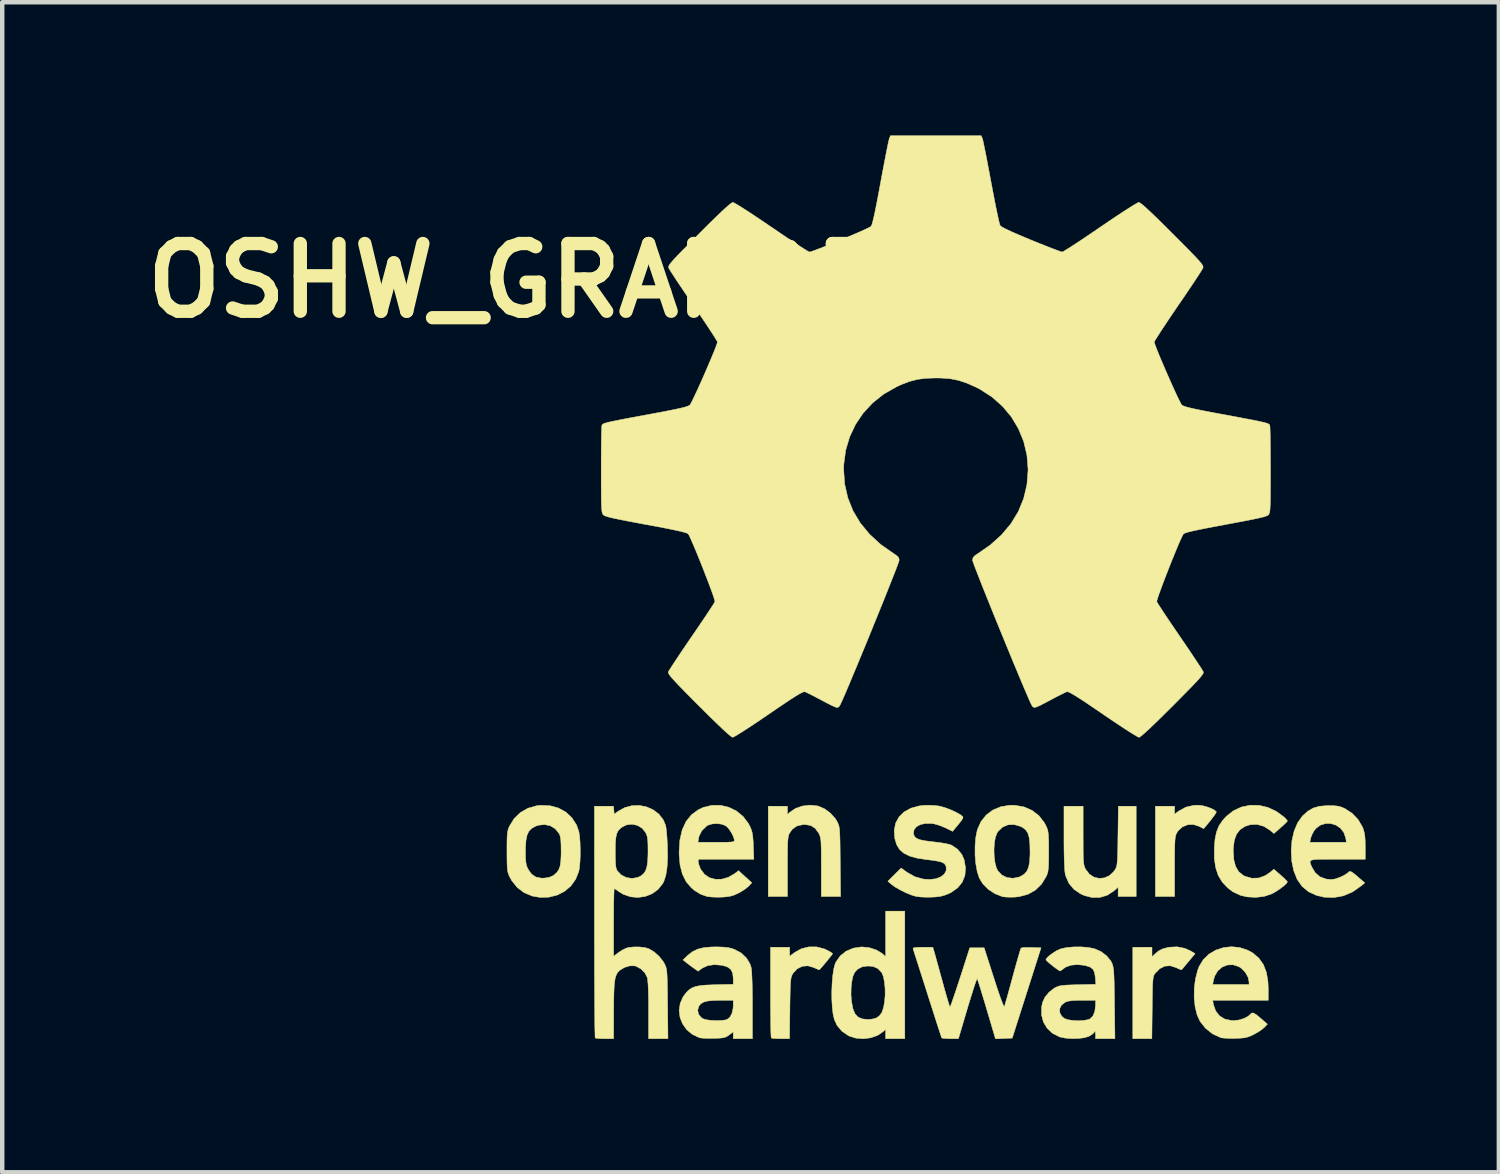
<source format=kicad_pcb>
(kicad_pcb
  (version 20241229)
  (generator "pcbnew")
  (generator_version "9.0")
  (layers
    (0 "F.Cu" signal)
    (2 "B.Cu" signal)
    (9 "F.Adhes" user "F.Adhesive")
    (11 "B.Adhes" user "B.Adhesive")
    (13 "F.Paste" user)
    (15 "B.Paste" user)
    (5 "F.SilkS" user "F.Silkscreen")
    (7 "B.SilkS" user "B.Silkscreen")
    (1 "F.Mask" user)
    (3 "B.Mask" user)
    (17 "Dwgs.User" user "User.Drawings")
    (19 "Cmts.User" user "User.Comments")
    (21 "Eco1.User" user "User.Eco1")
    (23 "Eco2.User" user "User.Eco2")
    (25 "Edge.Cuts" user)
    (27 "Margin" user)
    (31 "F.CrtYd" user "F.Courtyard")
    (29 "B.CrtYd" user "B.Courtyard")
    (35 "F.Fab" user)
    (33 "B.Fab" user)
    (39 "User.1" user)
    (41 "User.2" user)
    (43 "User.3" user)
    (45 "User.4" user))
  (footprint "OSHW_GRANDE"
    (layer "F.Cu")
    (at 17.998 10.165)
    (property "Reference" "OSHW_GRANDE" (at -9.5 -6.9 0) (layer "F.SilkS") (effects (font (size 1.524 1.524) (thickness 0.3))))
    (attr through_hole)
    (fp_poly (pts (xy 6.038 4.922) (xy 6.132 4.949) (xy 6.22 4.983) (xy 6.287 5.019) (xy 6.322 5.052) (xy 6.325 5.06) (xy 6.309 5.091) (xy 6.269 5.15) (xy 6.21 5.226) (xy 6.183 5.261) (xy 6.041 5.434) (xy 5.937 5.381) (xy 5.807 5.34) (xy 5.679 5.345) (xy 5.562 5.393) (xy 5.466 5.48) (xy 5.429 5.539) (xy 5.416 5.571) (xy 5.405 5.611) (xy 5.397 5.666) (xy 5.392 5.742) (xy 5.388 5.845) (xy 5.386 5.982) (xy 5.385 6.16) (xy 5.385 6.293) (xy 5.385 6.96) (xy 4.953 6.96) (xy 4.953 4.928) (xy 5.385 4.928) (xy 5.385 5.106) (xy 5.485 5.033) (xy 5.644 4.948) (xy 5.822 4.908) (xy 5.951 4.907) (xy 6.038 4.922)) (stroke (width 0.01) (type solid)) (fill yes) (layer "F.SilkS"))
    (fp_poly (pts (xy 5.617 8.127) (xy 5.75 8.188) (xy 5.847 8.246) (xy 5.7 8.422) (xy 5.634 8.501) (xy 5.582 8.564) (xy 5.55 8.602) (xy 5.545 8.609) (xy 5.52 8.604) (xy 5.464 8.582) (xy 5.42 8.561) (xy 5.289 8.519) (xy 5.166 8.527) (xy 5.051 8.585) (xy 4.945 8.692) (xy 4.942 8.697) (xy 4.926 8.72) (xy 4.914 8.748) (xy 4.905 8.786) (xy 4.898 8.841) (xy 4.892 8.918) (xy 4.888 9.025) (xy 4.886 9.167) (xy 4.883 9.35) (xy 4.882 9.463) (xy 4.874 10.16) (xy 4.445 10.16) (xy 4.445 8.103) (xy 4.877 8.103) (xy 4.877 8.315) (xy 4.947 8.25) (xy 5.028 8.184) (xy 5.112 8.141) (xy 5.221 8.11) (xy 5.263 8.102) (xy 5.441 8.092) (xy 5.617 8.127)) (stroke (width 0.01) (type solid)) (fill yes) (layer "F.SilkS"))
    (fp_poly (pts (xy 3.327 5.584) (xy 3.328 5.784) (xy 3.328 5.94) (xy 3.33 6.059) (xy 3.334 6.148) (xy 3.34 6.213) (xy 3.349 6.261) (xy 3.361 6.298) (xy 3.376 6.333) (xy 3.385 6.35) (xy 3.467 6.457) (xy 3.57 6.524) (xy 3.687 6.552) (xy 3.806 6.541) (xy 3.92 6.49) (xy 4.017 6.399) (xy 4.05 6.35) (xy 4.066 6.32) (xy 4.078 6.285) (xy 4.088 6.241) (xy 4.095 6.179) (xy 4.1 6.093) (xy 4.104 5.977) (xy 4.108 5.824) (xy 4.11 5.628) (xy 4.111 5.594) (xy 4.12 4.928) (xy 4.521 4.928) (xy 4.521 6.96) (xy 4.115 6.96) (xy 4.115 6.752) (xy 4.013 6.839) (xy 3.867 6.933) (xy 3.704 6.981) (xy 3.53 6.983) (xy 3.353 6.938) (xy 3.272 6.902) (xy 3.119 6.797) (xy 3.006 6.662) (xy 2.935 6.497) (xy 2.923 6.451) (xy 2.915 6.387) (xy 2.908 6.279) (xy 2.902 6.134) (xy 2.898 5.96) (xy 2.896 5.762) (xy 2.896 5.625) (xy 2.896 4.928) (xy 3.327 4.928) (xy 3.327 5.584)) (stroke (width 0.01) (type solid)) (fill yes) (layer "F.SilkS"))
    (fp_poly (pts (xy -2.671 8.094) (xy -2.5 8.138) (xy -2.445 8.163) (xy -2.374 8.201) (xy -2.325 8.231) (xy -2.311 8.245) (xy -2.326 8.27) (xy -2.366 8.322) (xy -2.42 8.39) (xy -2.481 8.464) (xy -2.539 8.532) (xy -2.585 8.584) (xy -2.611 8.61) (xy -2.613 8.611) (xy -2.641 8.6) (xy -2.699 8.575) (xy -2.735 8.558) (xy -2.865 8.52) (xy -2.991 8.53) (xy -3.104 8.585) (xy -3.197 8.683) (xy -3.22 8.721) (xy -3.233 8.751) (xy -3.244 8.792) (xy -3.253 8.848) (xy -3.259 8.927) (xy -3.264 9.035) (xy -3.267 9.178) (xy -3.271 9.362) (xy -3.272 9.481) (xy -3.28 10.16) (xy -3.477 10.16) (xy -3.573 10.158) (xy -3.648 10.153) (xy -3.689 10.145) (xy -3.691 10.143) (xy -3.695 10.115) (xy -3.699 10.041) (xy -3.702 9.928) (xy -3.704 9.78) (xy -3.706 9.604) (xy -3.708 9.404) (xy -3.708 9.187) (xy -3.708 9.114) (xy -3.708 8.103) (xy -3.277 8.103) (xy -3.277 8.305) (xy -3.162 8.218) (xy -3.013 8.135) (xy -2.846 8.094) (xy -2.671 8.094)) (stroke (width 0.01) (type solid)) (fill yes) (layer "F.SilkS"))
    (fp_poly (pts (xy -2.655 4.921) (xy -2.627 4.928) (xy -2.488 4.989) (xy -2.357 5.087) (xy -2.25 5.207) (xy -2.21 5.273) (xy -2.192 5.309) (xy -2.178 5.343) (xy -2.167 5.382) (xy -2.158 5.432) (xy -2.152 5.499) (xy -2.148 5.588) (xy -2.144 5.707) (xy -2.142 5.86) (xy -2.14 6.055) (xy -2.139 6.179) (xy -2.131 6.96) (xy -2.565 6.96) (xy -2.565 6.305) (xy -2.566 6.104) (xy -2.566 5.948) (xy -2.569 5.829) (xy -2.572 5.74) (xy -2.578 5.675) (xy -2.587 5.626) (xy -2.599 5.587) (xy -2.615 5.551) (xy -2.623 5.536) (xy -2.701 5.427) (xy -2.803 5.362) (xy -2.932 5.34) (xy -2.98 5.342) (xy -3.115 5.374) (xy -3.218 5.446) (xy -3.283 5.539) (xy -3.297 5.571) (xy -3.307 5.611) (xy -3.315 5.666) (xy -3.321 5.742) (xy -3.324 5.845) (xy -3.326 5.982) (xy -3.327 6.16) (xy -3.327 6.293) (xy -3.327 6.96) (xy -3.759 6.96) (xy -3.759 4.928) (xy -3.327 4.928) (xy -3.327 5.114) (xy -3.27 5.062) (xy -3.143 4.977) (xy -2.989 4.924) (xy -2.821 4.904) (xy -2.655 4.921)) (stroke (width 0.01) (type solid)) (fill yes) (layer "F.SilkS"))
    (fp_poly (pts (xy 7.285 4.909) (xy 7.484 4.955) (xy 7.675 5.044) (xy 7.852 5.175) (xy 7.855 5.178) (xy 7.9 5.224) (xy 7.924 5.256) (xy 7.925 5.26) (xy 7.907 5.284) (xy 7.859 5.332) (xy 7.792 5.393) (xy 7.773 5.41) (xy 7.62 5.542) (xy 7.538 5.472) (xy 7.395 5.381) (xy 7.243 5.338) (xy 7.088 5.344) (xy 6.97 5.382) (xy 6.859 5.455) (xy 6.779 5.558) (xy 6.729 5.696) (xy 6.707 5.873) (xy 6.706 5.944) (xy 6.719 6.135) (xy 6.759 6.286) (xy 6.828 6.401) (xy 6.928 6.483) (xy 6.97 6.505) (xy 7.124 6.549) (xy 7.279 6.544) (xy 7.429 6.489) (xy 7.537 6.415) (xy 7.619 6.346) (xy 7.772 6.479) (xy 7.844 6.543) (xy 7.897 6.596) (xy 7.924 6.628) (xy 7.925 6.631) (xy 7.905 6.664) (xy 7.852 6.714) (xy 7.777 6.773) (xy 7.691 6.832) (xy 7.605 6.883) (xy 7.57 6.901) (xy 7.403 6.957) (xy 7.214 6.98) (xy 7.02 6.969) (xy 6.867 6.934) (xy 6.694 6.852) (xy 6.58 6.765) (xy 6.456 6.632) (xy 6.366 6.482) (xy 6.309 6.307) (xy 6.28 6.103) (xy 6.279 5.866) (xy 6.296 5.666) (xy 6.33 5.505) (xy 6.385 5.369) (xy 6.467 5.248) (xy 6.551 5.155) (xy 6.712 5.029) (xy 6.892 4.946) (xy 7.086 4.906) (xy 7.285 4.909)) (stroke (width 0.01) (type solid)) (fill yes) (layer "F.SilkS"))
    (fp_poly (pts (xy -0.686 10.16) (xy -1.118 10.16) (xy -1.118 9.948) (xy -1.175 10.002) (xy -1.299 10.086) (xy -1.452 10.14) (xy -1.619 10.161) (xy -1.786 10.148) (xy -1.94 10.1) (xy -1.951 10.094) (xy -2.099 9.994) (xy -2.21 9.862) (xy -2.272 9.729) (xy -2.3 9.608) (xy -2.318 9.455) (xy -2.328 9.281) (xy -2.329 9.175) (xy -1.897 9.175) (xy -1.885 9.323) (xy -1.855 9.482) (xy -1.808 9.597) (xy -1.74 9.672) (xy -1.645 9.714) (xy -1.518 9.728) (xy -1.516 9.728) (xy -1.426 9.72) (xy -1.345 9.701) (xy -1.323 9.691) (xy -1.253 9.641) (xy -1.201 9.568) (xy -1.165 9.462) (xy -1.14 9.322) (xy -1.128 9.176) (xy -1.13 9.026) (xy -1.144 8.883) (xy -1.168 8.763) (xy -1.202 8.678) (xy -1.205 8.673) (xy -1.288 8.584) (xy -1.398 8.535) (xy -1.511 8.524) (xy -1.647 8.542) (xy -1.752 8.598) (xy -1.818 8.674) (xy -1.854 8.757) (xy -1.879 8.878) (xy -1.894 9.021) (xy -1.897 9.175) (xy -2.329 9.175) (xy -2.329 9.096) (xy -2.322 8.912) (xy -2.307 8.74) (xy -2.285 8.592) (xy -2.255 8.477) (xy -2.239 8.439) (xy -2.139 8.297) (xy -2.005 8.19) (xy -1.843 8.122) (xy -1.659 8.095) (xy -1.651 8.095) (xy -1.485 8.112) (xy -1.33 8.162) (xy -1.2 8.239) (xy -1.175 8.261) (xy -1.118 8.315) (xy -1.118 7.29) (xy -0.686 7.29) (xy -0.686 10.16)) (stroke (width 0.01) (type solid)) (fill yes) (layer "F.SilkS"))
    (fp_poly (pts (xy 6.852 8.109) (xy 7.031 8.168) (xy 7.142 8.229) (xy 7.281 8.347) (xy 7.384 8.492) (xy 7.452 8.668) (xy 7.487 8.88) (xy 7.493 9.03) (xy 7.493 9.296) (xy 6.243 9.296) (xy 6.26 9.392) (xy 6.31 9.535) (xy 6.395 9.645) (xy 6.514 9.718) (xy 6.662 9.751) (xy 6.711 9.753) (xy 6.831 9.74) (xy 6.947 9.705) (xy 7.042 9.655) (xy 7.083 9.618) (xy 7.111 9.59) (xy 7.14 9.579) (xy 7.178 9.591) (xy 7.233 9.627) (xy 7.312 9.692) (xy 7.381 9.752) (xy 7.474 9.833) (xy 7.401 9.909) (xy 7.34 9.96) (xy 7.252 10.017) (xy 7.164 10.066) (xy 7.081 10.105) (xy 7.01 10.129) (xy 6.934 10.143) (xy 6.836 10.15) (xy 6.744 10.153) (xy 6.629 10.153) (xy 6.526 10.149) (xy 6.451 10.142) (xy 6.426 10.137) (xy 6.239 10.051) (xy 6.079 9.923) (xy 5.959 9.771) (xy 5.891 9.622) (xy 5.847 9.441) (xy 5.826 9.238) (xy 5.828 9.025) (xy 5.839 8.941) (xy 6.243 8.941) (xy 7.061 8.941) (xy 7.061 8.883) (xy 7.04 8.78) (xy 6.982 8.675) (xy 6.9 8.585) (xy 6.833 8.539) (xy 6.701 8.497) (xy 6.573 8.501) (xy 6.457 8.548) (xy 6.359 8.631) (xy 6.289 8.748) (xy 6.26 8.846) (xy 6.243 8.941) (xy 5.839 8.941) (xy 5.855 8.815) (xy 5.905 8.62) (xy 5.938 8.534) (xy 6.032 8.38) (xy 6.159 8.257) (xy 6.313 8.166) (xy 6.485 8.11) (xy 6.667 8.09) (xy 6.852 8.109)) (stroke (width 0.01) (type solid)) (fill yes) (layer "F.SilkS"))
    (fp_poly (pts (xy 1.792 4.908) (xy 1.998 4.944) (xy 2.18 5.024) (xy 2.334 5.143) (xy 2.456 5.301) (xy 2.498 5.382) (xy 2.518 5.429) (xy 2.533 5.479) (xy 2.542 5.539) (xy 2.548 5.619) (xy 2.552 5.728) (xy 2.553 5.875) (xy 2.553 5.944) (xy 2.552 6.108) (xy 2.55 6.231) (xy 2.545 6.321) (xy 2.537 6.387) (xy 2.524 6.44) (xy 2.507 6.487) (xy 2.498 6.506) (xy 2.392 6.68) (xy 2.254 6.815) (xy 2.086 6.91) (xy 1.89 6.963) (xy 1.786 6.974) (xy 1.679 6.976) (xy 1.583 6.972) (xy 1.516 6.964) (xy 1.511 6.963) (xy 1.342 6.897) (xy 1.19 6.797) (xy 1.067 6.671) (xy 0.99 6.544) (xy 0.944 6.401) (xy 0.912 6.225) (xy 0.895 6.029) (xy 0.895 5.906) (xy 1.321 5.906) (xy 1.326 6.059) (xy 1.344 6.201) (xy 1.376 6.319) (xy 1.406 6.38) (xy 1.498 6.477) (xy 1.616 6.534) (xy 1.748 6.55) (xy 1.884 6.523) (xy 1.933 6.501) (xy 2.009 6.451) (xy 2.064 6.386) (xy 2.101 6.298) (xy 2.123 6.179) (xy 2.132 6.021) (xy 2.132 5.944) (xy 2.128 5.768) (xy 2.113 5.635) (xy 2.084 5.536) (xy 2.037 5.463) (xy 1.971 5.41) (xy 1.915 5.381) (xy 1.771 5.341) (xy 1.635 5.347) (xy 1.515 5.398) (xy 1.416 5.492) (xy 1.388 5.534) (xy 1.352 5.629) (xy 1.33 5.758) (xy 1.321 5.906) (xy 0.895 5.906) (xy 0.895 5.828) (xy 0.91 5.639) (xy 0.942 5.475) (xy 0.949 5.452) (xy 1.029 5.273) (xy 1.147 5.126) (xy 1.296 5.014) (xy 1.473 4.94) (xy 1.673 4.907) (xy 1.792 4.908)) (stroke (width 0.01) (type solid)) (fill yes) (layer "F.SilkS"))
    (fp_poly (pts (xy -4.832 4.908) (xy -4.646 4.952) (xy -4.475 5.036) (xy -4.326 5.158) (xy -4.207 5.314) (xy -4.17 5.385) (xy -4.14 5.456) (xy -4.12 5.527) (xy -4.107 5.612) (xy -4.098 5.724) (xy -4.094 5.823) (xy -4.083 6.121) (xy -5.334 6.121) (xy -5.334 6.18) (xy -5.323 6.236) (xy -5.294 6.314) (xy -5.277 6.35) (xy -5.194 6.461) (xy -5.084 6.536) (xy -4.953 6.572) (xy -4.81 6.571) (xy -4.662 6.53) (xy -4.519 6.448) (xy -4.508 6.44) (xy -4.428 6.379) (xy -4.278 6.515) (xy -4.128 6.65) (xy -4.203 6.73) (xy -4.267 6.784) (xy -4.357 6.843) (xy -4.438 6.888) (xy -4.53 6.929) (xy -4.614 6.954) (xy -4.711 6.968) (xy -4.819 6.975) (xy -4.934 6.976) (xy -5.041 6.971) (xy -5.123 6.962) (xy -5.138 6.959) (xy -5.283 6.908) (xy -5.415 6.826) (xy -5.49 6.763) (xy -5.607 6.626) (xy -5.691 6.457) (xy -5.744 6.251) (xy -5.765 6.008) (xy -5.765 5.952) (xy -5.751 5.74) (xy -5.341 5.74) (xy -4.931 5.74) (xy -4.778 5.74) (xy -4.668 5.738) (xy -4.595 5.734) (xy -4.551 5.728) (xy -4.529 5.717) (xy -4.522 5.702) (xy -4.521 5.695) (xy -4.537 5.627) (xy -4.578 5.541) (xy -4.632 5.455) (xy -4.69 5.388) (xy -4.707 5.374) (xy -4.795 5.335) (xy -4.907 5.319) (xy -5.022 5.327) (xy -5.12 5.357) (xy -5.146 5.374) (xy -5.254 5.479) (xy -5.315 5.599) (xy -5.325 5.646) (xy -5.341 5.74) (xy -5.751 5.74) (xy -5.748 5.689) (xy -5.696 5.462) (xy -5.609 5.273) (xy -5.487 5.121) (xy -5.331 5.007) (xy -5.218 4.954) (xy -5.025 4.908) (xy -4.832 4.908)) (stroke (width 0.01) (type solid)) (fill yes) (layer "F.SilkS"))
    (fp_poly (pts (xy -8.671 4.917) (xy -8.481 4.969) (xy -8.315 5.06) (xy -8.179 5.187) (xy -8.076 5.346) (xy -8.022 5.494) (xy -8.006 5.593) (xy -7.995 5.729) (xy -7.99 5.885) (xy -7.99 6.046) (xy -7.997 6.198) (xy -8.01 6.325) (xy -8.022 6.394) (xy -8.093 6.572) (xy -8.201 6.723) (xy -8.342 6.843) (xy -8.508 6.928) (xy -8.693 6.975) (xy -8.892 6.981) (xy -9.069 6.95) (xy -9.249 6.876) (xy -9.405 6.76) (xy -9.53 6.606) (xy -9.586 6.504) (xy -9.605 6.457) (xy -9.62 6.407) (xy -9.629 6.346) (xy -9.635 6.265) (xy -9.638 6.154) (xy -9.639 6.005) (xy -9.639 5.947) (xy -9.223 5.947) (xy -9.222 6.078) (xy -9.216 6.171) (xy -9.205 6.241) (xy -9.185 6.3) (xy -9.165 6.344) (xy -9.088 6.455) (xy -8.989 6.522) (xy -8.863 6.548) (xy -8.794 6.546) (xy -8.683 6.527) (xy -8.598 6.49) (xy -8.59 6.485) (xy -8.524 6.428) (xy -8.477 6.365) (xy -8.446 6.286) (xy -8.429 6.182) (xy -8.421 6.043) (xy -8.42 5.944) (xy -8.422 5.799) (xy -8.427 5.695) (xy -8.437 5.622) (xy -8.453 5.569) (xy -8.464 5.546) (xy -8.55 5.438) (xy -8.662 5.369) (xy -8.793 5.341) (xy -8.933 5.356) (xy -9.001 5.381) (xy -9.085 5.429) (xy -9.146 5.493) (xy -9.187 5.58) (xy -9.211 5.699) (xy -9.222 5.856) (xy -9.223 5.947) (xy -9.639 5.947) (xy -9.639 5.944) (xy -9.639 5.779) (xy -9.637 5.657) (xy -9.632 5.566) (xy -9.624 5.5) (xy -9.611 5.447) (xy -9.593 5.4) (xy -9.585 5.382) (xy -9.479 5.208) (xy -9.338 5.071) (xy -9.168 4.974) (xy -8.972 4.918) (xy -8.879 4.908) (xy -8.671 4.917)) (stroke (width 0.01) (type solid)) (fill yes) (layer "F.SilkS"))
    (fp_poly (pts (xy 8.971 4.917) (xy 9.057 4.926) (xy 9.13 4.944) (xy 9.206 4.977) (xy 9.226 4.986) (xy 9.384 5.091) (xy 9.517 5.231) (xy 9.613 5.395) (xy 9.626 5.426) (xy 9.651 5.509) (xy 9.667 5.599) (xy 9.675 5.713) (xy 9.677 5.843) (xy 9.677 6.121) (xy 9.055 6.121) (xy 8.855 6.121) (xy 8.701 6.122) (xy 8.588 6.125) (xy 8.509 6.132) (xy 8.461 6.145) (xy 8.438 6.164) (xy 8.434 6.192) (xy 8.446 6.23) (xy 8.466 6.28) (xy 8.472 6.294) (xy 8.551 6.426) (xy 8.659 6.518) (xy 8.797 6.568) (xy 8.915 6.578) (xy 8.996 6.566) (xy 9.094 6.533) (xy 9.191 6.489) (xy 9.267 6.442) (xy 9.293 6.418) (xy 9.315 6.399) (xy 9.342 6.396) (xy 9.381 6.415) (xy 9.44 6.459) (xy 9.526 6.532) (xy 9.563 6.564) (xy 9.665 6.653) (xy 9.588 6.718) (xy 9.394 6.855) (xy 9.187 6.944) (xy 8.969 6.984) (xy 8.747 6.975) (xy 8.578 6.935) (xy 8.401 6.854) (xy 8.256 6.734) (xy 8.144 6.575) (xy 8.066 6.378) (xy 8.023 6.169) (xy 8.009 5.928) (xy 8.024 5.74) (xy 8.429 5.74) (xy 9.252 5.74) (xy 9.237 5.646) (xy 9.195 5.521) (xy 9.119 5.423) (xy 9.019 5.355) (xy 8.905 5.319) (xy 8.786 5.317) (xy 8.671 5.351) (xy 8.571 5.423) (xy 8.522 5.484) (xy 8.479 5.564) (xy 8.449 5.644) (xy 8.446 5.658) (xy 8.429 5.74) (xy 8.024 5.74) (xy 8.027 5.698) (xy 8.076 5.487) (xy 8.154 5.303) (xy 8.258 5.155) (xy 8.27 5.142) (xy 8.387 5.038) (xy 8.506 4.969) (xy 8.642 4.93) (xy 8.808 4.916) (xy 8.852 4.915) (xy 8.971 4.917)) (stroke (width 0.01) (type solid)) (fill yes) (layer "F.SilkS"))
    (fp_poly (pts (xy -4.785 8.098) (xy -4.678 8.108) (xy -4.588 8.127) (xy -4.516 8.152) (xy -4.369 8.231) (xy -4.25 8.343) (xy -4.169 8.477) (xy -4.142 8.563) (xy -4.134 8.625) (xy -4.128 8.731) (xy -4.122 8.874) (xy -4.118 9.048) (xy -4.115 9.245) (xy -4.115 9.425) (xy -4.115 10.16) (xy -4.547 10.16) (xy -4.547 10.005) (xy -4.639 10.076) (xy -4.686 10.108) (xy -4.731 10.129) (xy -4.789 10.142) (xy -4.871 10.149) (xy -4.988 10.152) (xy -5.105 10.153) (xy -5.208 10.15) (xy -5.283 10.143) (xy -5.309 10.138) (xy -5.468 10.063) (xy -5.595 9.956) (xy -5.688 9.825) (xy -5.745 9.679) (xy -5.763 9.523) (xy -5.763 9.518) (xy -5.347 9.518) (xy -5.329 9.607) (xy -5.271 9.682) (xy -5.225 9.712) (xy -5.151 9.734) (xy -5.045 9.748) (xy -4.925 9.753) (xy -4.809 9.75) (xy -4.715 9.737) (xy -4.687 9.728) (xy -4.623 9.679) (xy -4.575 9.59) (xy -4.55 9.474) (xy -4.547 9.412) (xy -4.547 9.296) (xy -4.831 9.296) (xy -4.997 9.3) (xy -5.121 9.312) (xy -5.21 9.335) (xy -5.272 9.371) (xy -5.316 9.421) (xy -5.32 9.428) (xy -5.347 9.518) (xy -5.763 9.518) (xy -5.741 9.367) (xy -5.676 9.218) (xy -5.604 9.122) (xy -5.544 9.063) (xy -5.479 9.019) (xy -5.401 8.988) (xy -5.301 8.967) (xy -5.17 8.954) (xy -5 8.947) (xy -4.947 8.945) (xy -4.547 8.936) (xy -4.547 8.8) (xy -4.56 8.681) (xy -4.604 8.597) (xy -4.685 8.541) (xy -4.801 8.508) (xy -4.971 8.494) (xy -5.122 8.515) (xy -5.244 8.572) (xy -5.253 8.578) (xy -5.337 8.641) (xy -5.431 8.575) (xy -5.51 8.518) (xy -5.587 8.459) (xy -5.601 8.448) (xy -5.677 8.387) (xy -5.571 8.285) (xy -5.467 8.203) (xy -5.35 8.146) (xy -5.21 8.111) (xy -5.037 8.096) (xy -4.928 8.094) (xy -4.785 8.098)) (stroke (width 0.01) (type solid)) (fill yes) (layer "F.SilkS"))
    (fp_poly (pts (xy -0.006 4.913) (xy 0.088 4.925) (xy 0.201 4.955) (xy 0.329 5.001) (xy 0.453 5.057) (xy 0.556 5.114) (xy 0.594 5.141) (xy 0.615 5.16) (xy 0.624 5.178) (xy 0.617 5.205) (xy 0.59 5.247) (xy 0.539 5.313) (xy 0.459 5.41) (xy 0.451 5.42) (xy 0.39 5.494) (xy 0.225 5.413) (xy 0.096 5.36) (xy -0.032 5.324) (xy -0.084 5.316) (xy -0.222 5.316) (xy -0.337 5.342) (xy -0.425 5.391) (xy -0.478 5.458) (xy -0.491 5.538) (xy -0.481 5.58) (xy -0.456 5.623) (xy -0.413 5.656) (xy -0.345 5.683) (xy -0.244 5.704) (xy -0.103 5.723) (xy -0.032 5.731) (xy 0.097 5.747) (xy 0.215 5.766) (xy 0.31 5.786) (xy 0.364 5.804) (xy 0.498 5.893) (xy 0.598 6.015) (xy 0.648 6.129) (xy 0.681 6.316) (xy 0.667 6.486) (xy 0.607 6.637) (xy 0.503 6.766) (xy 0.354 6.87) (xy 0.301 6.896) (xy 0.204 6.934) (xy 0.112 6.958) (xy 0.003 6.97) (xy -0.088 6.975) (xy -0.207 6.976) (xy -0.321 6.971) (xy -0.411 6.962) (xy -0.43 6.959) (xy -0.536 6.927) (xy -0.663 6.875) (xy -0.793 6.81) (xy -0.909 6.743) (xy -0.985 6.688) (xy -1.068 6.617) (xy -0.918 6.468) (xy -0.769 6.32) (xy -0.638 6.414) (xy -0.46 6.515) (xy -0.272 6.568) (xy -0.129 6.577) (xy 0.008 6.562) (xy 0.121 6.52) (xy 0.202 6.457) (xy 0.245 6.379) (xy 0.245 6.292) (xy 0.226 6.246) (xy 0.192 6.211) (xy 0.134 6.184) (xy 0.045 6.163) (xy -0.082 6.143) (xy -0.188 6.131) (xy -0.404 6.098) (xy -0.576 6.051) (xy -0.708 5.986) (xy -0.805 5.901) (xy -0.871 5.791) (xy -0.911 5.654) (xy -0.912 5.651) (xy -0.924 5.469) (xy -0.892 5.308) (xy -0.816 5.169) (xy -0.702 5.057) (xy -0.55 4.973) (xy -0.364 4.922) (xy -0.254 4.909) (xy -0.133 4.907) (xy -0.006 4.913)) (stroke (width 0.01) (type solid)) (fill yes) (layer "F.SilkS"))
    (fp_poly (pts (xy -0.017 8.231) (xy 0.001 8.294) (xy 0.029 8.396) (xy 0.066 8.529) (xy 0.108 8.683) (xy 0.154 8.848) (xy 0.169 8.904) (xy 0.212 9.062) (xy 0.252 9.201) (xy 0.286 9.316) (xy 0.312 9.399) (xy 0.327 9.443) (xy 0.331 9.449) (xy 0.342 9.426) (xy 0.367 9.36) (xy 0.402 9.259) (xy 0.447 9.127) (xy 0.498 8.972) (xy 0.555 8.8) (xy 0.561 8.782) (xy 0.776 8.115) (xy 1.1 8.115) (xy 1.318 8.794) (xy 1.374 8.968) (xy 1.426 9.124) (xy 1.472 9.254) (xy 1.51 9.355) (xy 1.537 9.42) (xy 1.551 9.443) (xy 1.552 9.442) (xy 1.563 9.41) (xy 1.585 9.336) (xy 1.617 9.226) (xy 1.655 9.088) (xy 1.699 8.928) (xy 1.74 8.776) (xy 1.787 8.604) (xy 1.831 8.448) (xy 1.869 8.315) (xy 1.899 8.211) (xy 1.92 8.144) (xy 1.93 8.121) (xy 1.962 8.112) (xy 2.032 8.107) (xy 2.126 8.107) (xy 2.164 8.108) (xy 2.38 8.115) (xy 2.056 9.131) (xy 1.732 10.147) (xy 1.543 10.155) (xy 1.354 10.162) (xy 1.156 9.494) (xy 1.104 9.318) (xy 1.055 9.159) (xy 1.013 9.021) (xy 0.979 8.913) (xy 0.955 8.84) (xy 0.943 8.809) (xy 0.943 8.809) (xy 0.932 8.828) (xy 0.909 8.889) (xy 0.875 8.987) (xy 0.834 9.117) (xy 0.786 9.271) (xy 0.733 9.444) (xy 0.724 9.475) (xy 0.521 10.16) (xy 0.338 10.16) (xy 0.247 10.157) (xy 0.178 10.151) (xy 0.145 10.142) (xy 0.144 10.141) (xy 0.134 10.113) (xy 0.111 10.043) (xy 0.075 9.934) (xy 0.029 9.792) (xy -0.025 9.623) (xy -0.086 9.432) (xy -0.153 9.224) (xy -0.178 9.144) (xy -0.246 8.93) (xy -0.31 8.731) (xy -0.367 8.552) (xy -0.416 8.398) (xy -0.456 8.274) (xy -0.484 8.186) (xy -0.499 8.14) (xy -0.501 8.134) (xy -0.494 8.119) (xy -0.454 8.109) (xy -0.375 8.104) (xy -0.284 8.103) (xy -0.055 8.103) (xy -0.017 8.231)) (stroke (width 0.01) (type solid)) (fill yes) (layer "F.SilkS"))
    (fp_poly (pts (xy 3.443 8.107) (xy 3.579 8.134) (xy 3.582 8.135) (xy 3.728 8.199) (xy 3.855 8.295) (xy 3.95 8.41) (xy 3.977 8.464) (xy 3.991 8.5) (xy 4.001 8.543) (xy 4.01 8.599) (xy 4.017 8.673) (xy 4.022 8.773) (xy 4.026 8.903) (xy 4.029 9.071) (xy 4.032 9.281) (xy 4.033 9.366) (xy 4.043 10.16) (xy 3.607 10.16) (xy 3.606 10.065) (xy 3.603 10.007) (xy 3.595 9.994) (xy 3.578 10.016) (xy 3.539 10.055) (xy 3.473 10.098) (xy 3.445 10.111) (xy 3.346 10.14) (xy 3.214 10.156) (xy 3.07 10.158) (xy 2.929 10.147) (xy 2.81 10.123) (xy 2.795 10.118) (xy 2.639 10.039) (xy 2.518 9.926) (xy 2.434 9.786) (xy 2.391 9.625) (xy 2.392 9.486) (xy 2.8 9.486) (xy 2.802 9.574) (xy 2.845 9.655) (xy 2.903 9.703) (xy 2.981 9.732) (xy 3.092 9.75) (xy 3.217 9.756) (xy 3.338 9.75) (xy 3.44 9.731) (xy 3.48 9.715) (xy 3.546 9.653) (xy 3.589 9.55) (xy 3.606 9.412) (xy 3.607 9.392) (xy 3.607 9.296) (xy 3.308 9.296) (xy 3.165 9.298) (xy 3.062 9.305) (xy 2.987 9.317) (xy 2.931 9.336) (xy 2.921 9.341) (xy 2.84 9.405) (xy 2.8 9.486) (xy 2.392 9.486) (xy 2.392 9.448) (xy 2.415 9.34) (xy 2.469 9.225) (xy 2.56 9.115) (xy 2.675 9.025) (xy 2.703 9.01) (xy 2.748 8.988) (xy 2.798 8.972) (xy 2.861 8.962) (xy 2.948 8.954) (xy 3.068 8.949) (xy 3.21 8.945) (xy 3.613 8.936) (xy 3.602 8.785) (xy 3.584 8.67) (xy 3.545 8.593) (xy 3.475 8.543) (xy 3.365 8.511) (xy 3.353 8.508) (xy 3.195 8.493) (xy 3.053 8.506) (xy 2.938 8.547) (xy 2.897 8.575) (xy 2.846 8.615) (xy 2.811 8.635) (xy 2.807 8.636) (xy 2.778 8.621) (xy 2.723 8.583) (xy 2.655 8.532) (xy 2.586 8.476) (xy 2.528 8.426) (xy 2.494 8.392) (xy 2.489 8.383) (xy 2.51 8.345) (xy 2.564 8.293) (xy 2.64 8.237) (xy 2.724 8.184) (xy 2.805 8.146) (xy 2.822 8.139) (xy 2.951 8.11) (xy 3.11 8.095) (xy 3.281 8.094) (xy 3.443 8.107)) (stroke (width 0.01) (type solid)) (fill yes) (layer "F.SilkS"))
    (fp_poly (pts (xy -6.496 4.943) (xy -6.347 5.01) (xy -6.22 5.107) (xy -6.121 5.235) (xy -6.069 5.357) (xy -6.059 5.415) (xy -6.048 5.512) (xy -6.038 5.636) (xy -6.03 5.774) (xy -6.028 5.817) (xy -6.024 6.082) (xy -6.036 6.301) (xy -6.063 6.479) (xy -6.107 6.617) (xy -6.134 6.67) (xy -6.239 6.801) (xy -6.373 6.898) (xy -6.528 6.959) (xy -6.694 6.982) (xy -6.862 6.966) (xy -7.023 6.91) (xy -7.128 6.845) (xy -7.183 6.805) (xy -7.219 6.783) (xy -7.225 6.782) (xy -7.228 6.806) (xy -7.231 6.875) (xy -7.234 6.982) (xy -7.237 7.122) (xy -7.238 7.287) (xy -7.239 7.473) (xy -7.239 7.544) (xy -7.239 8.305) (xy -7.124 8.218) (xy -7.041 8.164) (xy -6.955 8.123) (xy -6.915 8.11) (xy -6.787 8.095) (xy -6.65 8.096) (xy -6.524 8.112) (xy -6.448 8.135) (xy -6.327 8.207) (xy -6.211 8.311) (xy -6.117 8.432) (xy -6.091 8.479) (xy -6.075 8.514) (xy -6.061 8.55) (xy -6.051 8.591) (xy -6.043 8.645) (xy -6.037 8.718) (xy -6.033 8.815) (xy -6.03 8.943) (xy -6.027 9.108) (xy -6.025 9.315) (xy -6.024 9.379) (xy -6.016 10.16) (xy -6.452 10.16) (xy -6.452 9.522) (xy -6.453 9.282) (xy -6.457 9.086) (xy -6.464 8.935) (xy -6.473 8.831) (xy -6.481 8.784) (xy -6.536 8.678) (xy -6.625 8.589) (xy -6.732 8.53) (xy -6.772 8.52) (xy -6.877 8.521) (xy -6.991 8.555) (xy -7.092 8.614) (xy -7.144 8.665) (xy -7.171 8.708) (xy -7.193 8.761) (xy -7.209 8.83) (xy -7.221 8.92) (xy -7.229 9.038) (xy -7.234 9.19) (xy -7.237 9.383) (xy -7.238 9.557) (xy -7.239 10.16) (xy -7.438 10.16) (xy -7.534 10.158) (xy -7.61 10.153) (xy -7.651 10.145) (xy -7.654 10.143) (xy -7.656 10.116) (xy -7.658 10.041) (xy -7.661 9.923) (xy -7.663 9.763) (xy -7.664 9.567) (xy -7.666 9.336) (xy -7.667 9.076) (xy -7.669 8.788) (xy -7.67 8.476) (xy -7.67 8.144) (xy -7.671 7.796) (xy -7.671 7.527) (xy -7.671 5.957) (xy -7.201 5.957) (xy -7.2 6.105) (xy -7.196 6.212) (xy -7.189 6.286) (xy -7.178 6.337) (xy -7.161 6.375) (xy -7.155 6.384) (xy -7.066 6.476) (xy -6.952 6.534) (xy -6.824 6.553) (xy -6.698 6.532) (xy -6.634 6.502) (xy -6.57 6.453) (xy -6.524 6.39) (xy -6.493 6.306) (xy -6.474 6.192) (xy -6.466 6.039) (xy -6.465 5.944) (xy -6.466 5.804) (xy -6.47 5.704) (xy -6.479 5.631) (xy -6.494 5.576) (xy -6.517 5.525) (xy -6.517 5.524) (xy -6.594 5.426) (xy -6.699 5.361) (xy -6.82 5.334) (xy -6.943 5.347) (xy -7.038 5.392) (xy -7.098 5.437) (xy -7.141 5.487) (xy -7.17 5.55) (xy -7.188 5.635) (xy -7.198 5.751) (xy -7.201 5.906) (xy -7.201 5.957) (xy -7.671 5.957) (xy -7.671 4.928) (xy -7.242 4.928) (xy -7.234 5.018) (xy -7.226 5.108) (xy -7.14 5.044) (xy -6.988 4.959) (xy -6.825 4.916) (xy -6.658 4.911) (xy -6.496 4.943)) (stroke (width 0.01) (type solid)) (fill yes) (layer "F.SilkS"))
    (fp_poly (pts (xy 1.062 -10.09) (xy 1.073 -10.05) (xy 1.091 -9.965) (xy 1.116 -9.843) (xy 1.147 -9.689) (xy 1.181 -9.51) (xy 1.219 -9.311) (xy 1.257 -9.106) (xy 1.297 -8.895) (xy 1.335 -8.698) (xy 1.37 -8.522) (xy 1.402 -8.371) (xy 1.428 -8.253) (xy 1.448 -8.174) (xy 1.46 -8.138) (xy 1.498 -8.109) (xy 1.583 -8.063) (xy 1.716 -8.001) (xy 1.897 -7.922) (xy 2.126 -7.826) (xy 2.154 -7.814) (xy 2.327 -7.744) (xy 2.487 -7.68) (xy 2.625 -7.626) (xy 2.737 -7.584) (xy 2.815 -7.555) (xy 2.854 -7.544) (xy 2.856 -7.544) (xy 2.886 -7.558) (xy 2.952 -7.598) (xy 3.051 -7.66) (xy 3.177 -7.742) (xy 3.326 -7.841) (xy 3.492 -7.953) (xy 3.672 -8.075) (xy 3.712 -8.103) (xy 3.896 -8.228) (xy 4.067 -8.343) (xy 4.222 -8.445) (xy 4.356 -8.531) (xy 4.463 -8.598) (xy 4.539 -8.642) (xy 4.578 -8.661) (xy 4.581 -8.661) (xy 4.611 -8.647) (xy 4.667 -8.604) (xy 4.751 -8.53) (xy 4.865 -8.424) (xy 5.009 -8.285) (xy 5.185 -8.111) (xy 5.342 -7.954) (xy 5.52 -7.776) (xy 5.665 -7.63) (xy 5.78 -7.512) (xy 5.869 -7.42) (xy 5.934 -7.349) (xy 5.98 -7.295) (xy 6.008 -7.256) (xy 6.023 -7.227) (xy 6.027 -7.205) (xy 6.024 -7.187) (xy 6.022 -7.182) (xy 6.002 -7.146) (xy 5.957 -7.074) (xy 5.89 -6.97) (xy 5.804 -6.84) (xy 5.702 -6.688) (xy 5.589 -6.521) (xy 5.466 -6.342) (xy 5.462 -6.336) (xy 5.341 -6.158) (xy 5.23 -5.993) (xy 5.131 -5.844) (xy 5.048 -5.718) (xy 4.985 -5.618) (xy 4.943 -5.551) (xy 4.928 -5.52) (xy 4.928 -5.519) (xy 4.938 -5.48) (xy 4.966 -5.402) (xy 5.009 -5.293) (xy 5.064 -5.159) (xy 5.128 -5.01) (xy 5.196 -4.851) (xy 5.267 -4.69) (xy 5.336 -4.535) (xy 5.401 -4.392) (xy 5.458 -4.27) (xy 5.505 -4.176) (xy 5.537 -4.117) (xy 5.548 -4.101) (xy 5.573 -4.085) (xy 5.616 -4.068) (xy 5.683 -4.048) (xy 5.777 -4.025) (xy 5.903 -3.998) (xy 6.067 -3.965) (xy 6.272 -3.926) (xy 6.466 -3.89) (xy 6.721 -3.843) (xy 6.931 -3.803) (xy 7.101 -3.771) (xy 7.234 -3.745) (xy 7.335 -3.723) (xy 7.409 -3.706) (xy 7.46 -3.691) (xy 7.493 -3.678) (xy 7.513 -3.666) (xy 7.524 -3.653) (xy 7.528 -3.643) (xy 7.532 -3.609) (xy 7.535 -3.53) (xy 7.538 -3.412) (xy 7.54 -3.261) (xy 7.542 -3.083) (xy 7.543 -2.883) (xy 7.544 -2.667) (xy 7.544 -2.642) (xy 7.544 -2.394) (xy 7.543 -2.192) (xy 7.542 -2.031) (xy 7.54 -1.906) (xy 7.536 -1.811) (xy 7.532 -1.743) (xy 7.525 -1.695) (xy 7.517 -1.663) (xy 7.507 -1.642) (xy 7.499 -1.631) (xy 7.48 -1.616) (xy 7.443 -1.6) (xy 7.386 -1.582) (xy 7.303 -1.562) (xy 7.19 -1.537) (xy 7.042 -1.507) (xy 6.854 -1.471) (xy 6.623 -1.428) (xy 6.541 -1.412) (xy 6.283 -1.364) (xy 6.071 -1.324) (xy 5.902 -1.289) (xy 5.773 -1.261) (xy 5.68 -1.238) (xy 5.62 -1.218) (xy 5.589 -1.203) (xy 5.586 -1.2) (xy 5.564 -1.163) (xy 5.528 -1.087) (xy 5.48 -0.979) (xy 5.424 -0.846) (xy 5.362 -0.694) (xy 5.296 -0.532) (xy 5.231 -0.365) (xy 5.167 -0.202) (xy 5.109 -0.048) (xy 5.059 0.088) (xy 5.019 0.199) (xy 4.994 0.28) (xy 4.984 0.321) (xy 4.984 0.324) (xy 5.001 0.355) (xy 5.043 0.422) (xy 5.108 0.521) (xy 5.191 0.647) (xy 5.29 0.794) (xy 5.401 0.957) (xy 5.506 1.111) (xy 5.625 1.285) (xy 5.735 1.448) (xy 5.833 1.594) (xy 5.915 1.718) (xy 5.979 1.815) (xy 6.019 1.881) (xy 6.033 1.907) (xy 6.033 1.926) (xy 6.021 1.953) (xy 5.993 1.992) (xy 5.948 2.047) (xy 5.881 2.121) (xy 5.79 2.217) (xy 5.672 2.338) (xy 5.524 2.488) (xy 5.344 2.67) (xy 5.138 2.874) (xy 4.964 3.045) (xy 4.821 3.181) (xy 4.711 3.282) (xy 4.634 3.348) (xy 4.591 3.377) (xy 4.585 3.378) (xy 4.553 3.364) (xy 4.484 3.324) (xy 4.383 3.262) (xy 4.256 3.18) (xy 4.108 3.083) (xy 3.943 2.972) (xy 3.774 2.857) (xy 3.564 2.714) (xy 3.393 2.598) (xy 3.255 2.507) (xy 3.148 2.44) (xy 3.069 2.393) (xy 3.013 2.364) (xy 2.977 2.352) (xy 2.961 2.352) (xy 2.92 2.37) (xy 2.844 2.407) (xy 2.743 2.458) (xy 2.629 2.518) (xy 2.607 2.53) (xy 2.467 2.604) (xy 2.366 2.656) (xy 2.294 2.689) (xy 2.247 2.704) (xy 2.216 2.703) (xy 2.195 2.69) (xy 2.176 2.665) (xy 2.174 2.662) (xy 2.154 2.622) (xy 2.116 2.54) (xy 2.065 2.421) (xy 2 2.271) (xy 1.925 2.093) (xy 1.842 1.893) (xy 1.751 1.676) (xy 1.656 1.445) (xy 1.558 1.206) (xy 1.459 0.964) (xy 1.36 0.723) (xy 1.265 0.488) (xy 1.175 0.264) (xy 1.091 0.055) (xy 1.016 -0.134) (xy 0.952 -0.298) (xy 0.9 -0.432) (xy 0.863 -0.531) (xy 0.842 -0.592) (xy 0.838 -0.608) (xy 0.849 -0.664) (xy 0.889 -0.71) (xy 0.933 -0.739) (xy 1.234 -0.947) (xy 1.49 -1.177) (xy 1.702 -1.429) (xy 1.868 -1.702) (xy 1.988 -1.994) (xy 2.062 -2.304) (xy 2.088 -2.632) (xy 2.088 -2.654) (xy 2.062 -2.975) (xy 1.989 -3.281) (xy 1.871 -3.568) (xy 1.712 -3.834) (xy 1.512 -4.073) (xy 1.276 -4.282) (xy 1.005 -4.456) (xy 0.905 -4.507) (xy 0.705 -4.595) (xy 0.523 -4.655) (xy 0.342 -4.691) (xy 0.142 -4.707) (xy 0.013 -4.709) (xy -0.207 -4.702) (xy -0.397 -4.678) (xy -0.576 -4.632) (xy -0.763 -4.561) (xy -0.879 -4.507) (xy -1.162 -4.345) (xy -1.41 -4.148) (xy -1.622 -3.919) (xy -1.796 -3.662) (xy -1.928 -3.381) (xy -2.017 -3.081) (xy -2.059 -2.765) (xy -2.062 -2.654) (xy -2.04 -2.325) (xy -1.969 -2.014) (xy -1.852 -1.72) (xy -1.689 -1.447) (xy -1.48 -1.193) (xy -1.227 -0.961) (xy -0.929 -0.752) (xy -0.908 -0.739) (xy -0.844 -0.692) (xy -0.817 -0.644) (xy -0.813 -0.608) (xy -0.822 -0.574) (xy -0.849 -0.498) (xy -0.892 -0.385) (xy -0.949 -0.24) (xy -1.018 -0.066) (xy -1.096 0.131) (xy -1.182 0.346) (xy -1.275 0.575) (xy -1.372 0.813) (xy -1.47 1.055) (xy -1.569 1.297) (xy -1.667 1.533) (xy -1.76 1.759) (xy -1.849 1.971) (xy -1.929 2.163) (xy -2 2.331) (xy -2.06 2.47) (xy -2.107 2.575) (xy -2.138 2.642) (xy -2.149 2.662) (xy -2.168 2.688) (xy -2.188 2.703) (xy -2.218 2.705) (xy -2.264 2.691) (xy -2.332 2.66) (xy -2.431 2.61) (xy -2.567 2.538) (xy -2.582 2.53) (xy -2.698 2.469) (xy -2.801 2.416) (xy -2.883 2.376) (xy -2.931 2.354) (xy -2.936 2.352) (xy -2.96 2.354) (xy -3.001 2.37) (xy -3.063 2.404) (xy -3.15 2.456) (xy -3.265 2.53) (xy -3.412 2.628) (xy -3.594 2.751) (xy -3.749 2.857) (xy -3.925 2.977) (xy -4.089 3.087) (xy -4.237 3.184) (xy -4.363 3.265) (xy -4.462 3.326) (xy -4.529 3.365) (xy -4.56 3.378) (xy -4.593 3.36) (xy -4.66 3.305) (xy -4.761 3.214) (xy -4.894 3.087) (xy -5.06 2.927) (xy -5.256 2.731) (xy -5.318 2.67) (xy -5.5 2.487) (xy -5.648 2.337) (xy -5.766 2.216) (xy -5.856 2.12) (xy -5.923 2.047) (xy -5.968 1.992) (xy -5.995 1.953) (xy -6.008 1.926) (xy -6.008 1.907) (xy -5.99 1.874) (xy -5.946 1.805) (xy -5.881 1.704) (xy -5.796 1.576) (xy -5.697 1.428) (xy -5.585 1.263) (xy -5.481 1.111) (xy -5.362 0.937) (xy -5.252 0.775) (xy -5.155 0.631) (xy -5.074 0.508) (xy -5.012 0.413) (xy -4.972 0.349) (xy -4.959 0.324) (xy -4.965 0.29) (xy -4.988 0.216) (xy -5.025 0.11) (xy -5.074 -0.023) (xy -5.131 -0.173) (xy -5.194 -0.336) (xy -5.259 -0.502) (xy -5.325 -0.666) (xy -5.388 -0.82) (xy -5.446 -0.957) (xy -5.495 -1.07) (xy -5.533 -1.153) (xy -5.558 -1.197) (xy -5.56 -1.2) (xy -5.586 -1.215) (xy -5.64 -1.233) (xy -5.726 -1.256) (xy -5.848 -1.283) (xy -6.008 -1.316) (xy -6.211 -1.356) (xy -6.46 -1.402) (xy -6.516 -1.412) (xy -6.762 -1.458) (xy -6.962 -1.496) (xy -7.122 -1.528) (xy -7.246 -1.554) (xy -7.338 -1.576) (xy -7.402 -1.595) (xy -7.445 -1.611) (xy -7.469 -1.627) (xy -7.474 -1.631) (xy -7.485 -1.648) (xy -7.495 -1.672) (xy -7.502 -1.708) (xy -7.508 -1.763) (xy -7.512 -1.839) (xy -7.515 -1.943) (xy -7.517 -2.08) (xy -7.518 -2.254) (xy -7.518 -2.47) (xy -7.518 -2.642) (xy -7.518 -2.86) (xy -7.517 -3.062) (xy -7.515 -3.243) (xy -7.513 -3.397) (xy -7.51 -3.519) (xy -7.507 -3.602) (xy -7.503 -3.641) (xy -7.503 -3.643) (xy -7.496 -3.656) (xy -7.484 -3.669) (xy -7.462 -3.681) (xy -7.425 -3.694) (xy -7.368 -3.71) (xy -7.289 -3.728) (xy -7.181 -3.75) (xy -7.04 -3.778) (xy -6.862 -3.812) (xy -6.641 -3.853) (xy -6.441 -3.89) (xy -6.199 -3.935) (xy -6.003 -3.973) (xy -5.848 -4.004) (xy -5.729 -4.03) (xy -5.641 -4.052) (xy -5.58 -4.071) (xy -5.541 -4.088) (xy -5.523 -4.101) (xy -5.501 -4.135) (xy -5.463 -4.209) (xy -5.412 -4.315) (xy -5.351 -4.446) (xy -5.284 -4.594) (xy -5.214 -4.752) (xy -5.144 -4.913) (xy -5.077 -5.07) (xy -5.016 -5.214) (xy -4.965 -5.338) (xy -4.928 -5.436) (xy -4.906 -5.5) (xy -4.902 -5.519) (xy -4.916 -5.547) (xy -4.956 -5.613) (xy -5.018 -5.711) (xy -5.1 -5.835) (xy -5.197 -5.982) (xy -5.308 -6.147) (xy -5.429 -6.324) (xy -5.437 -6.336) (xy -5.559 -6.515) (xy -5.673 -6.683) (xy -5.775 -6.835) (xy -5.862 -6.966) (xy -5.93 -7.071) (xy -5.976 -7.144) (xy -5.997 -7.181) (xy -5.997 -7.182) (xy -6.002 -7.2) (xy -6 -7.22) (xy -5.989 -7.247) (xy -5.964 -7.282) (xy -5.924 -7.331) (xy -5.865 -7.397) (xy -5.783 -7.483) (xy -5.676 -7.593) (xy -5.54 -7.73) (xy -5.372 -7.899) (xy -5.317 -7.954) (xy -5.115 -8.156) (xy -4.946 -8.321) (xy -4.81 -8.452) (xy -4.703 -8.55) (xy -4.626 -8.617) (xy -4.576 -8.653) (xy -4.556 -8.661) (xy -4.523 -8.647) (xy -4.453 -8.607) (xy -4.351 -8.544) (xy -4.222 -8.462) (xy -4.071 -8.362) (xy -3.902 -8.249) (xy -3.72 -8.125) (xy -3.686 -8.103) (xy -3.505 -7.979) (xy -3.335 -7.864) (xy -3.182 -7.762) (xy -3.051 -7.676) (xy -2.946 -7.609) (xy -2.872 -7.564) (xy -2.834 -7.544) (xy -2.831 -7.544) (xy -2.792 -7.553) (xy -2.714 -7.581) (xy -2.606 -7.622) (xy -2.473 -7.674) (xy -2.324 -7.734) (xy -2.166 -7.799) (xy -2.007 -7.866) (xy -1.854 -7.931) (xy -1.715 -7.991) (xy -1.597 -8.044) (xy -1.508 -8.086) (xy -1.456 -8.114) (xy -1.446 -8.121) (xy -1.43 -8.153) (xy -1.409 -8.221) (xy -1.383 -8.328) (xy -1.351 -8.476) (xy -1.313 -8.668) (xy -1.268 -8.905) (xy -1.233 -9.093) (xy -1.194 -9.306) (xy -1.156 -9.506) (xy -1.121 -9.686) (xy -1.091 -9.841) (xy -1.066 -9.964) (xy -1.047 -10.049) (xy -1.037 -10.09) (xy -1.037 -10.09) (xy -1.01 -10.16) (xy 1.035 -10.16) (xy 1.062 -10.09)) (stroke (width 0.01) (type solid)) (fill yes) (layer "F.SilkS")))
  (gr_rect
    (start -3 -3)
    (end 30.681 23.332)
    (stroke (width 0.1) (type default))
    (fill no)
    (layer "Edge.Cuts")))
</source>
